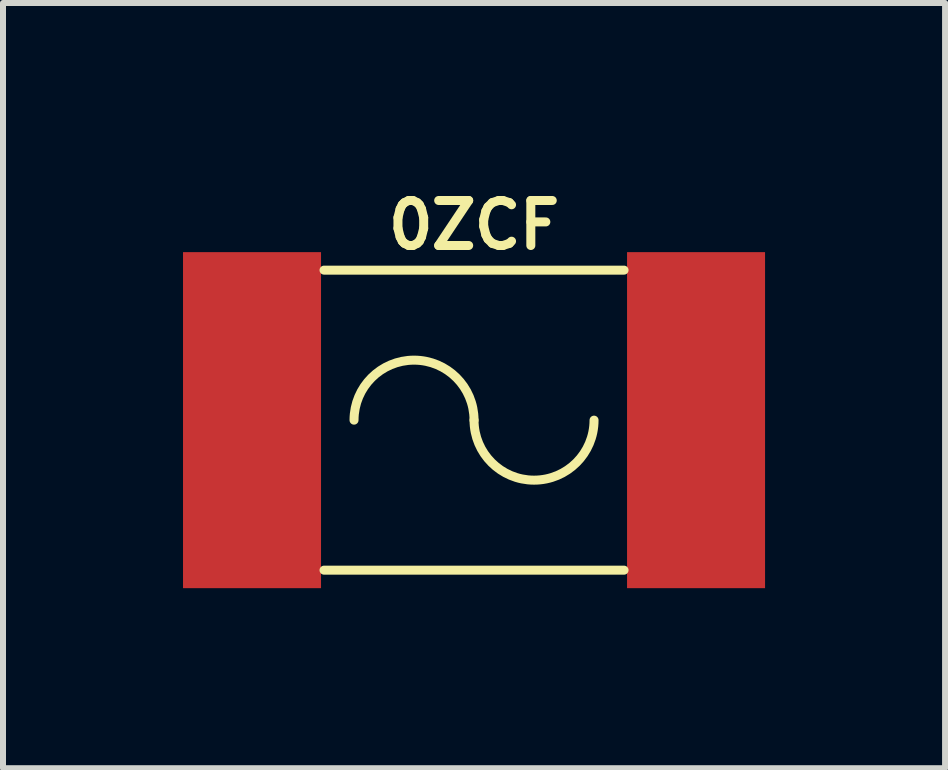
<source format=kicad_pcb>
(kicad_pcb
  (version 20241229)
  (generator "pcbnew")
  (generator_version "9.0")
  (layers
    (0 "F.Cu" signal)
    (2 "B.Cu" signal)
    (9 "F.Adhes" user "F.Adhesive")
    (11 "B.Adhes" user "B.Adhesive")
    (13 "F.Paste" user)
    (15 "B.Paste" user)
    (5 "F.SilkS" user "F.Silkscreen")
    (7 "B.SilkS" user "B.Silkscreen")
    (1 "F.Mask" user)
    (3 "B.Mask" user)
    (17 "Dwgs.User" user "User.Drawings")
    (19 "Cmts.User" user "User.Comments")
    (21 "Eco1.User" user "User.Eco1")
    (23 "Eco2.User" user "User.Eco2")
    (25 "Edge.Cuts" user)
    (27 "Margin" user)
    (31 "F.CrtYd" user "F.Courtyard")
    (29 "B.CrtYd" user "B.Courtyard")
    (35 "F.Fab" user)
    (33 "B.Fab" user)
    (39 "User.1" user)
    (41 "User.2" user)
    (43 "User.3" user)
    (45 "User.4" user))
  (footprint "0ZCF"
    (layer "F.Cu")
    (at 4.85 3.952)
    (property "Reference" "0ZCF" (at 0 -3.25 0) (layer "F.SilkS") (effects (font (size 0.75 0.75) (thickness 0.15))))
    (attr through_hole)
    (fp_line (start -2.5 -2.5) (end 2.5 -2.5) (stroke (width 0.15) (type solid)) (layer "F.SilkS"))
    (fp_line (start -2.5 2.5) (end 2.5 2.5) (stroke (width 0.15) (type solid)) (layer "F.SilkS"))
    (fp_arc (start -2 0) (mid -1 -1) (end 0 0) (stroke (width 0.15) (type solid)) (layer "F.SilkS"))
    (fp_arc (start 2 0) (mid 1 1) (end 0 0) (stroke (width 0.15) (type solid)) (layer "F.SilkS"))
    (pad "1" smd rect (at -3.7 0) (size 2.3 5.6) (layers "F.Cu" "F.Mask" "F.Paste"))
    (pad "2" smd rect (at 3.7 0) (size 2.3 5.6) (layers "F.Cu" "F.Mask" "F.Paste")))
  (gr_rect
    (start -3 -3)
    (end 12.7 9.752)
    (stroke (width 0.1) (type default))
    (fill no)
    (layer "Edge.Cuts")))
</source>
